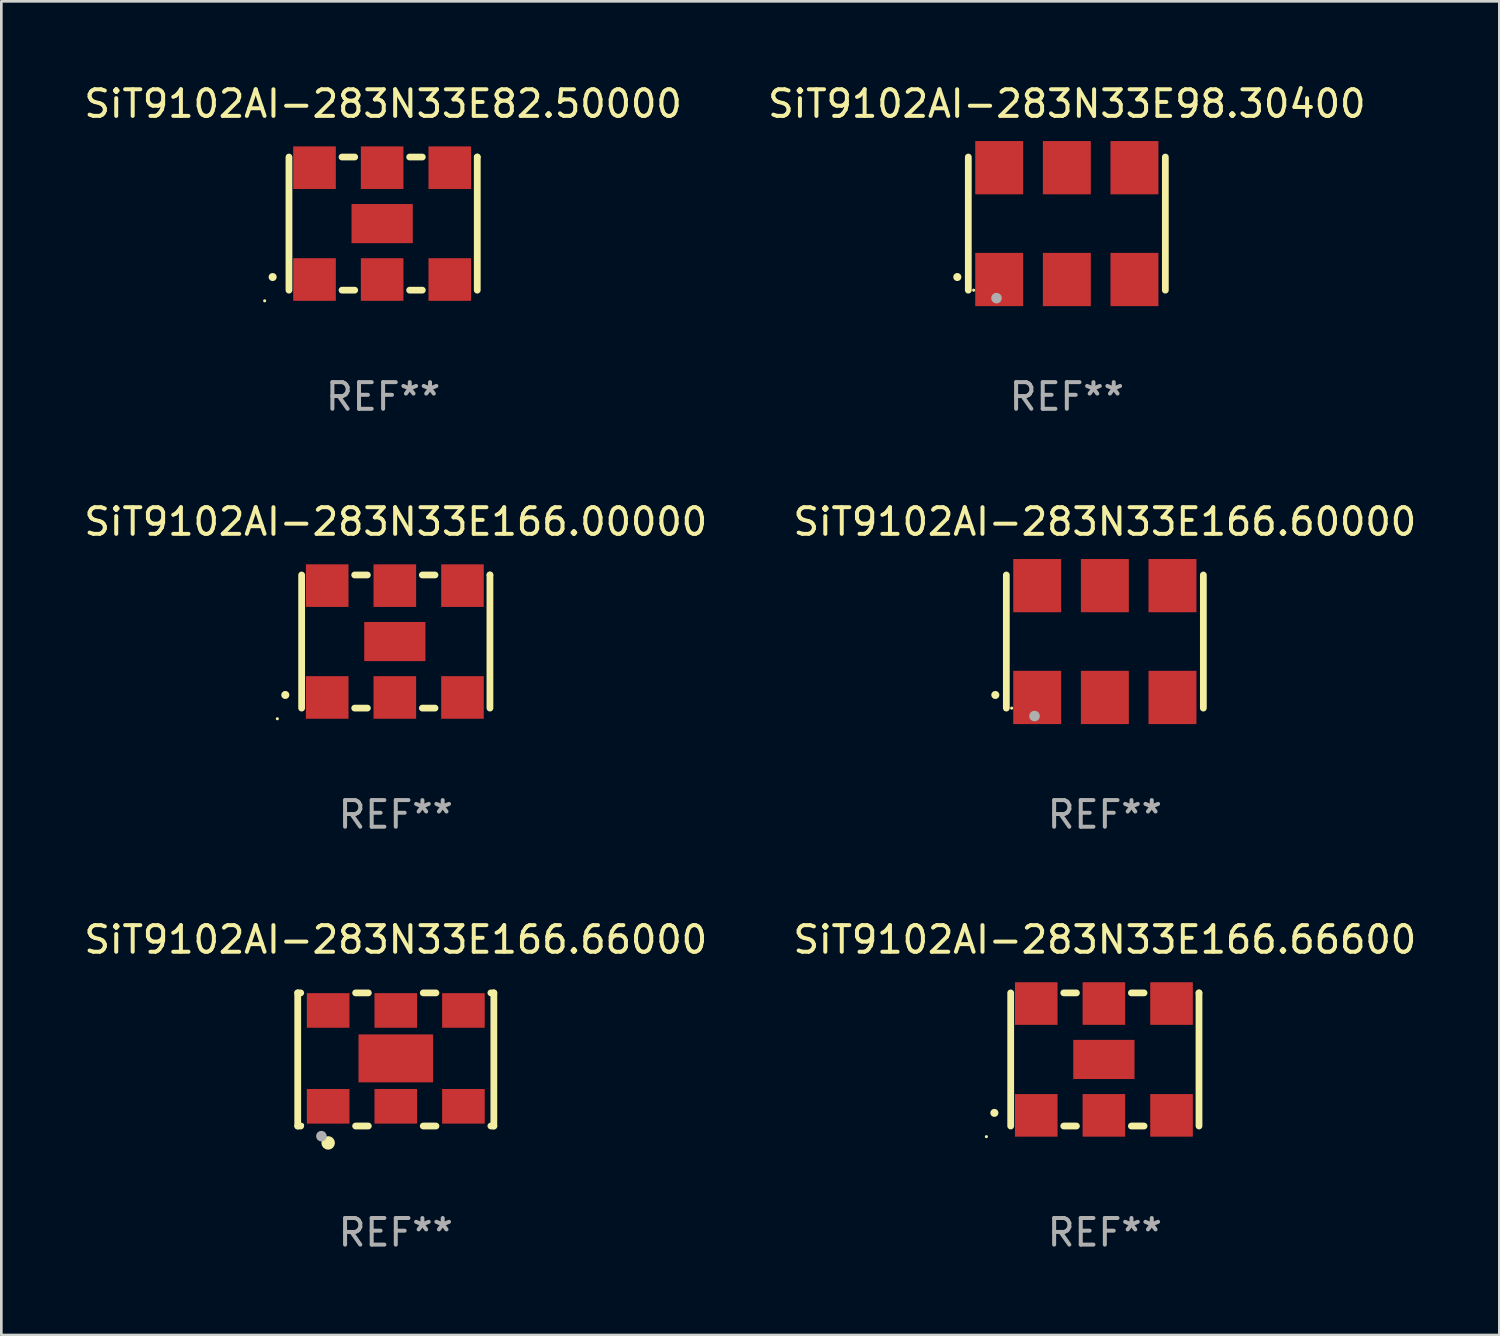
<source format=kicad_pcb>
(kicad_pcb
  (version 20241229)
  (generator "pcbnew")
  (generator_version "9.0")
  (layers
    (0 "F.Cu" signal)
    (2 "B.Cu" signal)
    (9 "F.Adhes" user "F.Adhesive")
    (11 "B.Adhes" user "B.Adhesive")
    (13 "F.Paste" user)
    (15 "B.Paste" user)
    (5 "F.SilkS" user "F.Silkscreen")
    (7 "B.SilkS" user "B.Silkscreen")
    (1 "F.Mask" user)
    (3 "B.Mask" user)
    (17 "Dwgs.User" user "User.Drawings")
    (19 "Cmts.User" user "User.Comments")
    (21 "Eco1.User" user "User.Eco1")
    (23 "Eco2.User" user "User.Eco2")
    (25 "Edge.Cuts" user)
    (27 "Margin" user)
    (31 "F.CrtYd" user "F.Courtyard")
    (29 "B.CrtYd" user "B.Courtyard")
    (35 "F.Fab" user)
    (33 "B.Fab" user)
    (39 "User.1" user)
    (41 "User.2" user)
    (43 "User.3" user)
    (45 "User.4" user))
  (footprint "SiT9102AI-283N33E166.66600"
    (layer "F.Cu")
    (at 38.446 36.741)
    (property "Reference" "SiT9102AI-283N33E166.66600" (at 0 -4.5 0) (layer "F.SilkS") (effects (font (size 1 1) (thickness 0.15))))
    (attr through_hole)
    (fp_line (start -3.536 -2.5) (end -3.536 2.5) (stroke (width 0.254) (type solid)) (layer "F.SilkS"))
    (fp_line (start -1.544 2.5) (end -1.067 2.5) (stroke (width 0.254) (type solid)) (layer "F.SilkS"))
    (fp_line (start -1.067 -2.5) (end -1.544 -2.5) (stroke (width 0.254) (type solid)) (layer "F.SilkS"))
    (fp_line (start 0.996 2.5) (end 1.473 2.5) (stroke (width 0.254) (type solid)) (layer "F.SilkS"))
    (fp_line (start 1.473 -2.5) (end 0.996 -2.5) (stroke (width 0.254) (type solid)) (layer "F.SilkS"))
    (fp_line (start 3.536 -2.5) (end 3.536 -2.5) (stroke (width 0.254) (type solid)) (layer "F.SilkS"))
    (fp_line (start 3.536 2.5) (end 3.536 -2.5) (stroke (width 0.254) (type solid)) (layer "F.SilkS"))
    (fp_arc (start -4.150432 2.006604) (mid -4.149162 2.006599) (end -4.147892 2.006604) (stroke (width 0.3) (type solid)) (layer "F.SilkS"))
    (fp_circle (center -4.449 2.9) (end -4.419 2.9) (stroke (width 0.06) (type solid)) (fill no) (layer "F.SilkS"))
    (fp_text user "REF**" (at 0 6.5 0) (layer "F.Fab") (effects (font (size 1 1) (thickness 0.15))))
    (pad "1" smd rect (at -2.576 2.1) (size 1.6 1.6) (layers "F.Cu" "F.Mask" "F.Paste"))
    (pad "2" smd rect (at -0.036 2.1) (size 1.6 1.6) (layers "F.Cu" "F.Mask" "F.Paste"))
    (pad "3" smd rect (at 2.504 2.1) (size 1.6 1.6) (layers "F.Cu" "F.Mask" "F.Paste"))
    (pad "4" smd rect (at 2.504 -2.1) (size 1.6 1.6) (layers "F.Cu" "F.Mask" "F.Paste"))
    (pad "5" smd rect (at -0.036 -2.1) (size 1.6 1.6) (layers "F.Cu" "F.Mask" "F.Paste"))
    (pad "6" smd rect (at -2.576 -2.1) (size 1.6 1.6) (layers "F.Cu" "F.Mask" "F.Paste"))
    (pad "7" smd rect (at -0.036 0) (size 2.3 1.47) (layers "F.Cu" "F.Mask" "F.Paste")))
  (footprint "SiT9102AI-283N33E82.50000"
    (layer "F.Cu")
    (at 11.339 5.348)
    (property "Reference" "SiT9102AI-283N33E82.50000" (at 0 -4.5 0) (layer "F.SilkS") (effects (font (size 1 1) (thickness 0.15))))
    (attr through_hole)
    (fp_line (start -3.536 -2.5) (end -3.536 2.5) (stroke (width 0.254) (type solid)) (layer "F.SilkS"))
    (fp_line (start -1.544 2.5) (end -1.067 2.5) (stroke (width 0.254) (type solid)) (layer "F.SilkS"))
    (fp_line (start -1.067 -2.5) (end -1.544 -2.5) (stroke (width 0.254) (type solid)) (layer "F.SilkS"))
    (fp_line (start 0.996 2.5) (end 1.473 2.5) (stroke (width 0.254) (type solid)) (layer "F.SilkS"))
    (fp_line (start 1.473 -2.5) (end 0.996 -2.5) (stroke (width 0.254) (type solid)) (layer "F.SilkS"))
    (fp_line (start 3.536 -2.5) (end 3.536 -2.5) (stroke (width 0.254) (type solid)) (layer "F.SilkS"))
    (fp_line (start 3.536 2.5) (end 3.536 -2.5) (stroke (width 0.254) (type solid)) (layer "F.SilkS"))
    (fp_arc (start -4.150432 2.006604) (mid -4.149162 2.006599) (end -4.147892 2.006604) (stroke (width 0.3) (type solid)) (layer "F.SilkS"))
    (fp_circle (center -4.449 2.9) (end -4.419 2.9) (stroke (width 0.06) (type solid)) (fill no) (layer "F.SilkS"))
    (fp_text user "REF**" (at 0 6.5 0) (layer "F.Fab") (effects (font (size 1 1) (thickness 0.15))))
    (pad "1" smd rect (at -2.576 2.1) (size 1.6 1.6) (layers "F.Cu" "F.Mask" "F.Paste"))
    (pad "2" smd rect (at -0.036 2.1) (size 1.6 1.6) (layers "F.Cu" "F.Mask" "F.Paste"))
    (pad "3" smd rect (at 2.504 2.1) (size 1.6 1.6) (layers "F.Cu" "F.Mask" "F.Paste"))
    (pad "4" smd rect (at 2.504 -2.1) (size 1.6 1.6) (layers "F.Cu" "F.Mask" "F.Paste"))
    (pad "5" smd rect (at -0.036 -2.1) (size 1.6 1.6) (layers "F.Cu" "F.Mask" "F.Paste"))
    (pad "6" smd rect (at -2.576 -2.1) (size 1.6 1.6) (layers "F.Cu" "F.Mask" "F.Paste"))
    (pad "7" smd rect (at -0.036 0) (size 2.3 1.47) (layers "F.Cu" "F.Mask" "F.Paste")))
  (footprint "SiT9102AI-283N33E166.00000"
    (layer "F.Cu")
    (at 11.815 21.045)
    (property "Reference" "SiT9102AI-283N33E166.00000" (at 0 -4.5 0) (layer "F.SilkS") (effects (font (size 1 1) (thickness 0.15))))
    (attr through_hole)
    (fp_line (start -3.536 -2.5) (end -3.536 2.5) (stroke (width 0.254) (type solid)) (layer "F.SilkS"))
    (fp_line (start -1.544 2.5) (end -1.067 2.5) (stroke (width 0.254) (type solid)) (layer "F.SilkS"))
    (fp_line (start -1.067 -2.5) (end -1.544 -2.5) (stroke (width 0.254) (type solid)) (layer "F.SilkS"))
    (fp_line (start 0.996 2.5) (end 1.473 2.5) (stroke (width 0.254) (type solid)) (layer "F.SilkS"))
    (fp_line (start 1.473 -2.5) (end 0.996 -2.5) (stroke (width 0.254) (type solid)) (layer "F.SilkS"))
    (fp_line (start 3.536 -2.5) (end 3.536 -2.5) (stroke (width 0.254) (type solid)) (layer "F.SilkS"))
    (fp_line (start 3.536 2.5) (end 3.536 -2.5) (stroke (width 0.254) (type solid)) (layer "F.SilkS"))
    (fp_arc (start -4.150432 2.006604) (mid -4.149162 2.006599) (end -4.147892 2.006604) (stroke (width 0.3) (type solid)) (layer "F.SilkS"))
    (fp_circle (center -4.449 2.9) (end -4.419 2.9) (stroke (width 0.06) (type solid)) (fill no) (layer "F.SilkS"))
    (fp_text user "REF**" (at 0 6.5 0) (layer "F.Fab") (effects (font (size 1 1) (thickness 0.15))))
    (pad "1" smd rect (at -2.576 2.1) (size 1.6 1.6) (layers "F.Cu" "F.Mask" "F.Paste"))
    (pad "2" smd rect (at -0.036 2.1) (size 1.6 1.6) (layers "F.Cu" "F.Mask" "F.Paste"))
    (pad "3" smd rect (at 2.504 2.1) (size 1.6 1.6) (layers "F.Cu" "F.Mask" "F.Paste"))
    (pad "4" smd rect (at 2.504 -2.1) (size 1.6 1.6) (layers "F.Cu" "F.Mask" "F.Paste"))
    (pad "5" smd rect (at -0.036 -2.1) (size 1.6 1.6) (layers "F.Cu" "F.Mask" "F.Paste"))
    (pad "6" smd rect (at -2.576 -2.1) (size 1.6 1.6) (layers "F.Cu" "F.Mask" "F.Paste"))
    (pad "7" smd rect (at -0.036 0) (size 2.3 1.47) (layers "F.Cu" "F.Mask" "F.Paste")))
  (footprint "SiT9102AI-283N33E166.60000"
    (layer "F.Cu")
    (at 38.446 21.045)
    (property "Reference" "SiT9102AI-283N33E166.60000" (at 0 -4.5 0) (layer "F.SilkS") (effects (font (size 1 1) (thickness 0.15))))
    (attr through_hole)
    (fp_line (start -3.7 -2.5) (end -3.7 2.5) (stroke (width 0.254) (type solid)) (layer "F.SilkS"))
    (fp_line (start 3.7 -2.5) (end 3.7 2.5) (stroke (width 0.254) (type solid)) (layer "F.SilkS"))
    (fp_arc (start -4.114415 2.006604) (mid -4.113145 2.006599) (end -4.111875 2.006604) (stroke (width 0.3) (type solid)) (layer "F.SilkS"))
    (fp_circle (center -3.5 2.501) (end -3.47 2.501) (stroke (width 0.06) (type solid)) (fill no) (layer "F.SilkS"))
    (fp_circle (center -2.641 2.799) (end -2.541 2.799) (stroke (width 0.2) (type solid)) (fill no) (layer "F.Fab"))
    (fp_text user "REF**" (at 0 6.5 0) (layer "F.Fab") (effects (font (size 1 1) (thickness 0.15))))
    (pad "1" smd rect (at -2.54 2.1) (size 1.8 2) (layers "F.Cu" "F.Mask" "F.Paste"))
    (pad "2" smd rect (at 0.000394 2.1) (size 1.8 2) (layers "F.Cu" "F.Mask" "F.Paste"))
    (pad "3" smd rect (at 2.54 2.1) (size 1.8 2) (layers "F.Cu" "F.Mask" "F.Paste"))
    (pad "4" smd rect (at 2.54 -2.1) (size 1.8 2) (layers "F.Cu" "F.Mask" "F.Paste"))
    (pad "5" smd rect (at 0.000394 -2.1) (size 1.8 2) (layers "F.Cu" "F.Mask" "F.Paste"))
    (pad "6" smd rect (at -2.54 -2.1) (size 1.8 2) (layers "F.Cu" "F.Mask" "F.Paste")))
  (footprint "SiT9102AI-283N33E98.30400"
    (layer "F.Cu")
    (at 37.018 5.348)
    (property "Reference" "SiT9102AI-283N33E98.30400" (at 0 -4.5 0) (layer "F.SilkS") (effects (font (size 1 1) (thickness 0.15))))
    (attr through_hole)
    (fp_line (start -3.7 -2.5) (end -3.7 2.5) (stroke (width 0.254) (type solid)) (layer "F.SilkS"))
    (fp_line (start 3.7 -2.5) (end 3.7 2.5) (stroke (width 0.254) (type solid)) (layer "F.SilkS"))
    (fp_arc (start -4.114415 2.006604) (mid -4.113145 2.006599) (end -4.111875 2.006604) (stroke (width 0.3) (type solid)) (layer "F.SilkS"))
    (fp_circle (center -3.5 2.501) (end -3.47 2.501) (stroke (width 0.06) (type solid)) (fill no) (layer "F.SilkS"))
    (fp_circle (center -2.641 2.799) (end -2.541 2.799) (stroke (width 0.2) (type solid)) (fill no) (layer "F.Fab"))
    (fp_text user "REF**" (at 0 6.5 0) (layer "F.Fab") (effects (font (size 1 1) (thickness 0.15))))
    (pad "1" smd rect (at -2.54 2.1) (size 1.8 2) (layers "F.Cu" "F.Mask" "F.Paste"))
    (pad "2" smd rect (at 0.000394 2.1) (size 1.8 2) (layers "F.Cu" "F.Mask" "F.Paste"))
    (pad "3" smd rect (at 2.54 2.1) (size 1.8 2) (layers "F.Cu" "F.Mask" "F.Paste"))
    (pad "4" smd rect (at 2.54 -2.1) (size 1.8 2) (layers "F.Cu" "F.Mask" "F.Paste"))
    (pad "5" smd rect (at 0.000394 -2.1) (size 1.8 2) (layers "F.Cu" "F.Mask" "F.Paste"))
    (pad "6" smd rect (at -2.54 -2.1) (size 1.8 2) (layers "F.Cu" "F.Mask" "F.Paste")))
  (footprint "SiT9102AI-283N33E166.66000"
    (layer "F.Cu")
    (at 11.815 36.741)
    (property "Reference" "SiT9102AI-283N33E166.66000" (at 0 -4.5 0) (layer "F.SilkS") (effects (font (size 1 1) (thickness 0.15))))
    (attr through_hole)
    (fp_line (start -3.683 -2.5) (end -3.571 -2.5) (stroke (width 0.254) (type solid)) (layer "F.SilkS"))
    (fp_line (start -3.683 2.5) (end -3.683 -2.5) (stroke (width 0.254) (type solid)) (layer "F.SilkS"))
    (fp_line (start -3.683 2.5) (end -3.571 2.5) (stroke (width 0.254) (type solid)) (layer "F.SilkS"))
    (fp_line (start -1.509 -2.5) (end -1.031 -2.5) (stroke (width 0.254) (type solid)) (layer "F.SilkS"))
    (fp_line (start -1.509 2.5) (end -1.031 2.5) (stroke (width 0.254) (type solid)) (layer "F.SilkS"))
    (fp_line (start 1.031 -2.5) (end 1.509 -2.5) (stroke (width 0.254) (type solid)) (layer "F.SilkS"))
    (fp_line (start 1.031 2.5) (end 1.509 2.5) (stroke (width 0.254) (type solid)) (layer "F.SilkS"))
    (fp_line (start 3.571 -2.5) (end 3.683 -2.5) (stroke (width 0.254) (type solid)) (layer "F.SilkS"))
    (fp_line (start 3.571 2.5) (end 3.683 2.5) (stroke (width 0.254) (type solid)) (layer "F.SilkS"))
    (fp_line (start 3.683 2.5) (end 3.683 -2.5) (stroke (width 0.254) (type solid)) (layer "F.SilkS"))
    (fp_circle (center -3.5 2.46) (end -3.47 2.46) (stroke (width 0.06) (type solid)) (fill no) (layer "F.SilkS"))
    (fp_circle (center -2.54 3.135) (end -2.413 3.135) (stroke (width 0.254) (type solid)) (fill no) (layer "F.SilkS"))
    (fp_circle (center -2.794 2.881) (end -2.694 2.881) (stroke (width 0.2) (type solid)) (fill no) (layer "F.Fab"))
    (fp_text user "REF**" (at 0 6.5 0) (layer "F.Fab") (effects (font (size 1 1) (thickness 0.15))))
    (pad "1" smd rect (at -2.54 1.76) (size 1.6 1.3) (layers "F.Cu" "F.Mask" "F.Paste"))
    (pad "2" smd rect (at 0 1.76) (size 1.6 1.3) (layers "F.Cu" "F.Mask" "F.Paste"))
    (pad "3" smd rect (at 2.54 1.76) (size 1.6 1.3) (layers "F.Cu" "F.Mask" "F.Paste"))
    (pad "4" smd rect (at 2.54 -1.84) (size 1.6 1.3) (layers "F.Cu" "F.Mask" "F.Paste"))
    (pad "5" smd rect (at 0 -1.84) (size 1.6 1.3) (layers "F.Cu" "F.Mask" "F.Paste"))
    (pad "6" smd rect (at -2.54 -1.84) (size 1.6 1.3) (layers "F.Cu" "F.Mask" "F.Paste"))
    (pad "7" smd rect (at 0 -0.04) (size 2.8 1.8) (layers "F.Cu" "F.Mask" "F.Paste")))
  (gr_rect
    (start -3 -3)
    (end 53.262 47.09)
    (stroke (width 0.1) (type default))
    (fill no)
    (layer "Edge.Cuts")))
</source>
